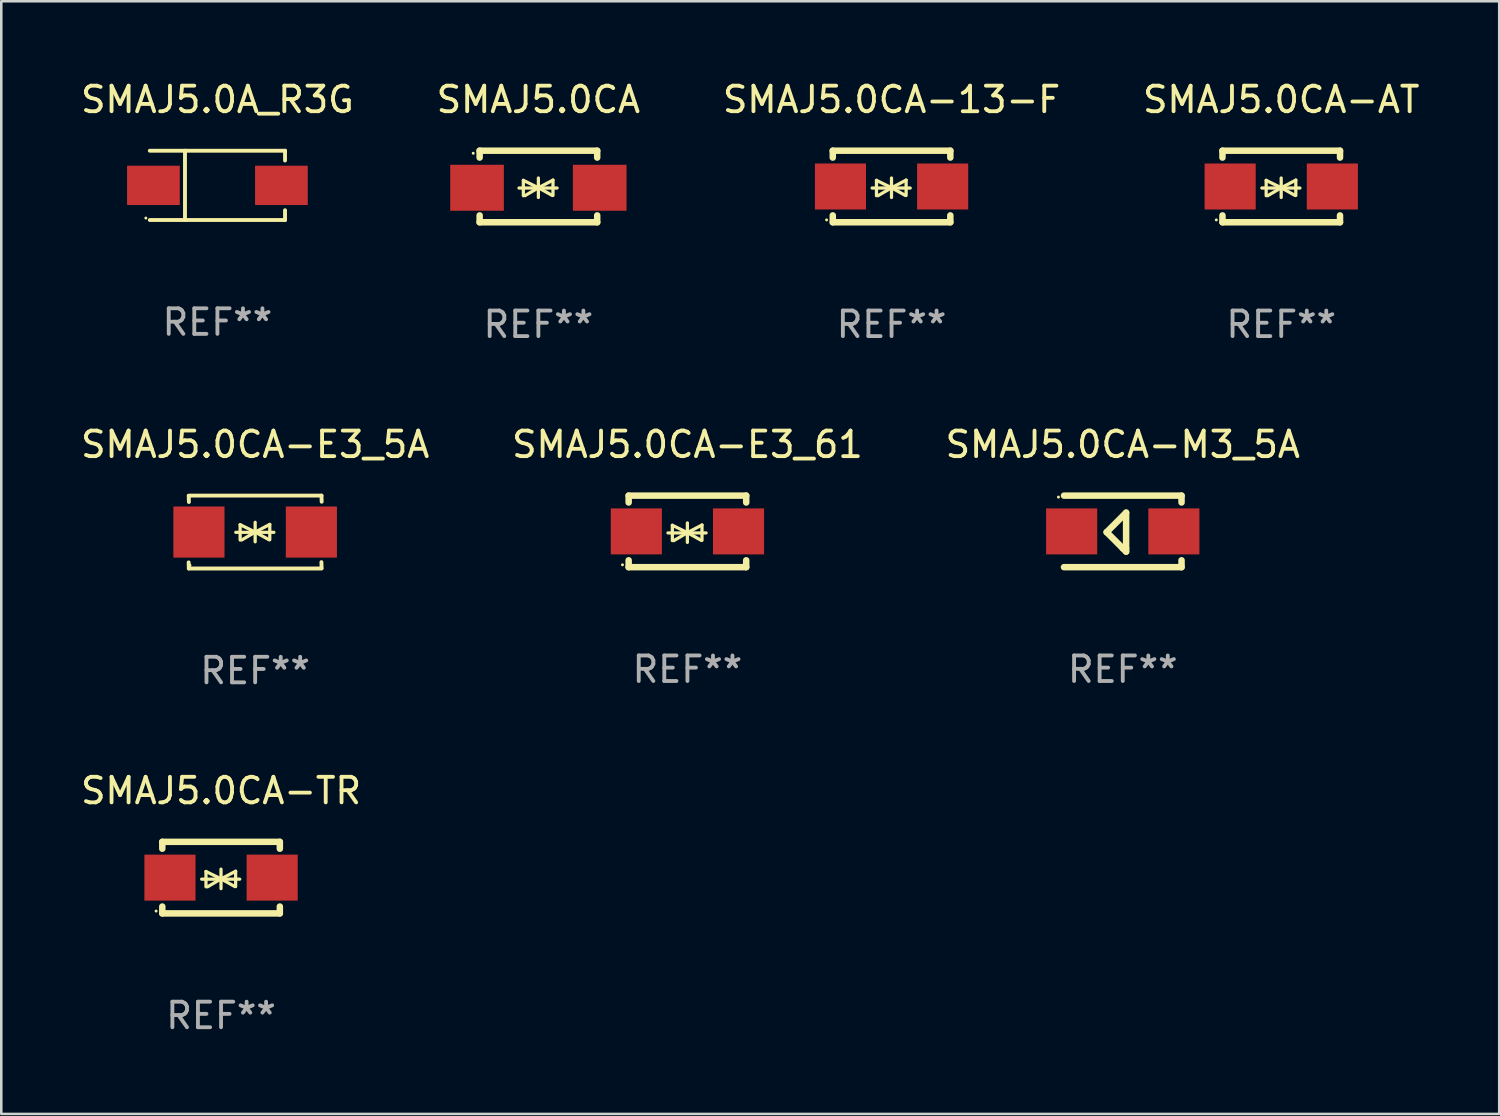
<source format=kicad_pcb>
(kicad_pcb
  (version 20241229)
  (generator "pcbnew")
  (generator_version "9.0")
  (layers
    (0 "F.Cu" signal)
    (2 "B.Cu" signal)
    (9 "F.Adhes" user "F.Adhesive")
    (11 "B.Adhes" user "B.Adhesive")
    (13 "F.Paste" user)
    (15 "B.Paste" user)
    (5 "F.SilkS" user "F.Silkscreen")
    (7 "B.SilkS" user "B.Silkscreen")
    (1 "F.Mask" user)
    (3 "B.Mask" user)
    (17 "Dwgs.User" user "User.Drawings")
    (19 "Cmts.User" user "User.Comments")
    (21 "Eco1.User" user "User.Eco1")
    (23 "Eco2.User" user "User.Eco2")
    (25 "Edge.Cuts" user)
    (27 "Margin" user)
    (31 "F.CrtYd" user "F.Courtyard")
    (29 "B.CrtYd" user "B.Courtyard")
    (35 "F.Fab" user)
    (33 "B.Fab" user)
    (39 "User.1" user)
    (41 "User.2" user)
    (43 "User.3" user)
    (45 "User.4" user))
  (footprint "SMAJ5.0CA-M3_5A"
    (layer "F.Cu")
    (at 40.887 17.745)
    (property "Reference" "SMAJ5.0CA-M3_5A" (at 0 -3.4 0) (layer "F.SilkS") (effects (font (size 1 1) (thickness 0.15))))
    (attr through_hole)
    (fp_line (start -2.3 -1.4) (end 2.3 -1.4) (stroke (width 0.254) (type solid)) (layer "F.SilkS"))
    (fp_line (start -2.3 1.4) (end 2.3 1.4) (stroke (width 0.254) (type solid)) (layer "F.SilkS"))
    (fp_line (start -0.631 0.03) (end 0.131 -0.732) (stroke (width 0.254) (type solid)) (layer "F.SilkS"))
    (fp_line (start 0.004 0.665) (end -0.631 0.03) (stroke (width 0.254) (type solid)) (layer "F.SilkS"))
    (fp_line (start 0.131 -0.732) (end 0.131 0.665) (stroke (width 0.254) (type solid)) (layer "F.SilkS"))
    (fp_line (start 0.131 0.665) (end 0.131 0.792) (stroke (width 0.254) (type solid)) (layer "F.SilkS"))
    (fp_line (start 0.131 0.792) (end 0.004 0.665) (stroke (width 0.254) (type solid)) (layer "F.SilkS"))
    (fp_line (start 2.3 -1.4) (end 2.3 -1.131) (stroke (width 0.254) (type solid)) (layer "F.SilkS"))
    (fp_line (start 2.3 1.131) (end 2.3 1.4) (stroke (width 0.254) (type solid)) (layer "F.SilkS"))
    (fp_circle (center -2.517 -1.342) (end -2.487 -1.342) (stroke (width 0.06) (type solid)) (fill no) (layer "F.SilkS"))
    (fp_text user "REF**" (at 0 5.4 0) (layer "F.Fab") (effects (font (size 1 1) (thickness 0.15))))
    (pad "1" smd rect (at -2 -0.000127) (size 2 1.8) (layers "F.Cu" "F.Mask" "F.Paste"))
    (pad "2" smd rect (at 2 -0.000127) (size 2 1.8) (layers "F.Cu" "F.Mask" "F.Paste")))
  (footprint "SMAJ5.0CA-E3_5A"
    (layer "F.Cu")
    (at 6.935 17.771)
    (property "Reference" "SMAJ5.0CA-E3_5A" (at 0 -3.426 0) (layer "F.SilkS") (effects (font (size 1 1) (thickness 0.15))))
    (attr through_hole)
    (fp_line (start -2.596 -1.426) (end 2.596 -1.426) (stroke (width 0.152) (type solid)) (layer "F.SilkS"))
    (fp_line (start -2.596 1.426) (end -2.603 1.187) (stroke (width 0.152) (type solid)) (layer "F.SilkS"))
    (fp_line (start -2.596 1.426) (end 2.596 1.426) (stroke (width 0.152) (type solid)) (layer "F.SilkS"))
    (fp_line (start -2.593 -1.176) (end -2.6 -1.415) (stroke (width 0.152) (type solid)) (layer "F.SilkS"))
    (fp_line (start -0.758 0.011) (end 0.732 0.011) (stroke (width 0.127) (type solid)) (layer "F.SilkS"))
    (fp_line (start -0.588 -0.289) (end -0.588 0.311) (stroke (width 0.127) (type solid)) (layer "F.SilkS"))
    (fp_line (start -0.588 -0.289) (end 0 0) (stroke (width 0.127) (type solid)) (layer "F.SilkS"))
    (fp_line (start -0.528 0.311) (end 0 0) (stroke (width 0.127) (type solid)) (layer "F.SilkS"))
    (fp_line (start 0 0) (end 0 -0.381) (stroke (width 0.127) (type solid)) (layer "F.SilkS"))
    (fp_line (start 0 0) (end 0 0.381) (stroke (width 0.127) (type solid)) (layer "F.SilkS"))
    (fp_line (start 0.542 0.301) (end 0 0) (stroke (width 0.127) (type solid)) (layer "F.SilkS"))
    (fp_line (start 0.572 -0.299) (end 0 0) (stroke (width 0.127) (type solid)) (layer "F.SilkS"))
    (fp_line (start 0.572 -0.299) (end 0.572 0.301) (stroke (width 0.127) (type solid)) (layer "F.SilkS"))
    (fp_line (start 2.593 1.176) (end 2.6 1.415) (stroke (width 0.152) (type solid)) (layer "F.SilkS"))
    (fp_line (start 2.596 -1.426) (end 2.603 -1.187) (stroke (width 0.152) (type solid)) (layer "F.SilkS"))
    (fp_circle (center -2.55 1.3) (end -2.52 1.3) (stroke (width 0.06) (type solid)) (fill no) (layer "F.SilkS"))
    (fp_text user "REF**" (at 0 5.426 0) (layer "F.Fab") (effects (font (size 1 1) (thickness 0.15))))
    (pad "1" smd rect (at -2.2 0 180) (size 2 2) (layers "F.Cu" "F.Mask" "F.Paste"))
    (pad "2" smd rect (at 2.2 0 180) (size 2 2) (layers "F.Cu" "F.Mask" "F.Paste")))
  (footprint "SMAJ5.0A_R3G"
    (layer "F.Cu")
    (at 5.458 4.204)
    (property "Reference" "SMAJ5.0A_R3G" (at 0 -3.356 0) (layer "F.SilkS") (effects (font (size 1 1) (thickness 0.15))))
    (attr through_hole)
    (fp_line (start -2.646 -1.356) (end 2.646 -1.356) (stroke (width 0.152) (type solid)) (layer "F.SilkS"))
    (fp_line (start -2.646 1.356) (end 2.646 1.356) (stroke (width 0.152) (type solid)) (layer "F.SilkS"))
    (fp_line (start -1.269 -1.356) (end -1.269 1.356) (stroke (width 0.152) (type solid)) (layer "F.SilkS"))
    (fp_line (start 2.646 -1.356) (end 2.646 -0.973) (stroke (width 0.152) (type solid)) (layer "F.SilkS"))
    (fp_line (start 2.646 1.356) (end 2.646 0.973) (stroke (width 0.152) (type solid)) (layer "F.SilkS"))
    (fp_circle (center -2.8 1.28) (end -2.77 1.28) (stroke (width 0.06) (type solid)) (fill no) (layer "F.SilkS"))
    (fp_text user "REF**" (at 0 5.356 0) (layer "F.Fab") (effects (font (size 1 1) (thickness 0.15))))
    (pad "1" smd rect (at 2.504 0) (size 2.063 1.539) (layers "F.Cu" "F.Mask" "F.Paste"))
    (pad "2" smd rect (at -2.504 0) (size 2.063 1.539) (layers "F.Cu" "F.Mask" "F.Paste")))
  (footprint "SMAJ5.0CA"
    (layer "F.Cu")
    (at 18.018 4.248)
    (property "Reference" "SMAJ5.0CA" (at 0 -3.4 0) (layer "F.SilkS") (effects (font (size 1 1) (thickness 0.15))))
    (attr through_hole)
    (fp_line (start -2.298 -1.4) (end -2.298 -1.131) (stroke (width 0.254) (type solid)) (layer "F.SilkS"))
    (fp_line (start -2.298 -1.4) (end 2.302 -1.4) (stroke (width 0.254) (type solid)) (layer "F.SilkS"))
    (fp_line (start -2.298 1.131) (end -2.298 1.4) (stroke (width 0.254) (type solid)) (layer "F.SilkS"))
    (fp_line (start -2.298 1.4) (end 2.302 1.4) (stroke (width 0.254) (type solid)) (layer "F.SilkS"))
    (fp_line (start -0.758 0.06) (end 0.732 0.06) (stroke (width 0.127) (type solid)) (layer "F.SilkS"))
    (fp_line (start -0.588 -0.24) (end -0.588 0.36) (stroke (width 0.127) (type solid)) (layer "F.SilkS"))
    (fp_line (start -0.588 -0.24) (end 0.000025 0.049) (stroke (width 0.127) (type solid)) (layer "F.SilkS"))
    (fp_line (start -0.528 0.36) (end 0.000025 0.049) (stroke (width 0.127) (type solid)) (layer "F.SilkS"))
    (fp_line (start 0.000025 0.049) (end 0.000025 -0.332) (stroke (width 0.127) (type solid)) (layer "F.SilkS"))
    (fp_line (start 0.000025 0.049) (end 0.000025 0.43) (stroke (width 0.127) (type solid)) (layer "F.SilkS"))
    (fp_line (start 0.542 0.35) (end 0.000025 0.049) (stroke (width 0.127) (type solid)) (layer "F.SilkS"))
    (fp_line (start 0.572 -0.25) (end 0.000025 0.049) (stroke (width 0.127) (type solid)) (layer "F.SilkS"))
    (fp_line (start 0.572 -0.25) (end 0.572 0.35) (stroke (width 0.127) (type solid)) (layer "F.SilkS"))
    (fp_line (start 2.302 -1.4) (end 2.302 -1.131) (stroke (width 0.254) (type solid)) (layer "F.SilkS"))
    (fp_line (start 2.302 1.131) (end 2.302 1.4) (stroke (width 0.254) (type solid)) (layer "F.SilkS"))
    (fp_circle (center -2.549 -1.301) (end -2.519 -1.301) (stroke (width 0.06) (type solid)) (fill no) (layer "F.SilkS"))
    (fp_text user "REF**" (at 0 5.4 0) (layer "F.Fab") (effects (font (size 1 1) (thickness 0.15))))
    (pad "1" smd rect (at -2.4 0.049) (size 2.1 1.8) (layers "F.Cu" "F.Mask" "F.Paste"))
    (pad "2" smd rect (at 2.4 0.049) (size 2.1 1.8) (layers "F.Cu" "F.Mask" "F.Paste")))
  (footprint "SMAJ5.0CA-AT"
    (layer "F.Cu")
    (at 47.089 4.248)
    (property "Reference" "SMAJ5.0CA-AT" (at 0 -3.4 0) (layer "F.SilkS") (effects (font (size 1 1) (thickness 0.15))))
    (attr through_hole)
    (fp_line (start -2.3 -1.4) (end -2.3 -1.131) (stroke (width 0.254) (type solid)) (layer "F.SilkS"))
    (fp_line (start -2.3 -1.4) (end 2.3 -1.4) (stroke (width 0.254) (type solid)) (layer "F.SilkS"))
    (fp_line (start -2.3 1.131) (end -2.3 1.4) (stroke (width 0.254) (type solid)) (layer "F.SilkS"))
    (fp_line (start -2.3 1.4) (end 2.3 1.4) (stroke (width 0.254) (type solid)) (layer "F.SilkS"))
    (fp_line (start -0.76 0.06) (end 0.73 0.06) (stroke (width 0.127) (type solid)) (layer "F.SilkS"))
    (fp_line (start -0.59 -0.24) (end -0.59 0.36) (stroke (width 0.127) (type solid)) (layer "F.SilkS"))
    (fp_line (start -0.59 -0.24) (end -0.002 0.049) (stroke (width 0.127) (type solid)) (layer "F.SilkS"))
    (fp_line (start -0.53 0.36) (end -0.002 0.049) (stroke (width 0.127) (type solid)) (layer "F.SilkS"))
    (fp_line (start -0.002 0.049) (end -0.002 -0.332) (stroke (width 0.127) (type solid)) (layer "F.SilkS"))
    (fp_line (start -0.002 0.049) (end -0.002 0.43) (stroke (width 0.127) (type solid)) (layer "F.SilkS"))
    (fp_line (start 0.54 0.35) (end -0.002 0.049) (stroke (width 0.127) (type solid)) (layer "F.SilkS"))
    (fp_line (start 0.57 -0.25) (end -0.002 0.049) (stroke (width 0.127) (type solid)) (layer "F.SilkS"))
    (fp_line (start 0.57 -0.25) (end 0.57 0.35) (stroke (width 0.127) (type solid)) (layer "F.SilkS"))
    (fp_line (start 2.3 -1.4) (end 2.3 -1.131) (stroke (width 0.254) (type solid)) (layer "F.SilkS"))
    (fp_line (start 2.3 1.131) (end 2.3 1.4) (stroke (width 0.254) (type solid)) (layer "F.SilkS"))
    (fp_circle (center -2.542 1.308) (end -2.512 1.308) (stroke (width 0.06) (type solid)) (fill no) (layer "F.SilkS"))
    (fp_text user "REF**" (at 0 5.4 0) (layer "F.Fab") (effects (font (size 1 1) (thickness 0.15))))
    (pad "1" smd rect (at -2 0) (size 2 1.8) (layers "F.Cu" "F.Mask" "F.Paste"))
    (pad "2" smd rect (at 2 0) (size 2 1.8) (layers "F.Cu" "F.Mask" "F.Paste")))
  (footprint "SMAJ5.0CA-E3_61"
    (layer "F.Cu")
    (at 23.851 17.745)
    (property "Reference" "SMAJ5.0CA-E3_61" (at 0 -3.4 0) (layer "F.SilkS") (effects (font (size 1 1) (thickness 0.15))))
    (attr through_hole)
    (fp_line (start -2.3 -1.4) (end -2.3 -1.131) (stroke (width 0.254) (type solid)) (layer "F.SilkS"))
    (fp_line (start -2.3 -1.4) (end 2.3 -1.4) (stroke (width 0.254) (type solid)) (layer "F.SilkS"))
    (fp_line (start -2.3 1.131) (end -2.3 1.4) (stroke (width 0.254) (type solid)) (layer "F.SilkS"))
    (fp_line (start -2.3 1.4) (end 2.3 1.4) (stroke (width 0.254) (type solid)) (layer "F.SilkS"))
    (fp_line (start -0.76 0.06) (end 0.73 0.06) (stroke (width 0.127) (type solid)) (layer "F.SilkS"))
    (fp_line (start -0.59 -0.24) (end -0.59 0.36) (stroke (width 0.127) (type solid)) (layer "F.SilkS"))
    (fp_line (start -0.59 -0.24) (end -0.002 0.049) (stroke (width 0.127) (type solid)) (layer "F.SilkS"))
    (fp_line (start -0.53 0.36) (end -0.002 0.049) (stroke (width 0.127) (type solid)) (layer "F.SilkS"))
    (fp_line (start -0.002 0.049) (end -0.002 -0.332) (stroke (width 0.127) (type solid)) (layer "F.SilkS"))
    (fp_line (start -0.002 0.049) (end -0.002 0.43) (stroke (width 0.127) (type solid)) (layer "F.SilkS"))
    (fp_line (start 0.54 0.35) (end -0.002 0.049) (stroke (width 0.127) (type solid)) (layer "F.SilkS"))
    (fp_line (start 0.57 -0.25) (end -0.002 0.049) (stroke (width 0.127) (type solid)) (layer "F.SilkS"))
    (fp_line (start 0.57 -0.25) (end 0.57 0.35) (stroke (width 0.127) (type solid)) (layer "F.SilkS"))
    (fp_line (start 2.3 -1.4) (end 2.3 -1.131) (stroke (width 0.254) (type solid)) (layer "F.SilkS"))
    (fp_line (start 2.3 1.131) (end 2.3 1.4) (stroke (width 0.254) (type solid)) (layer "F.SilkS"))
    (fp_circle (center -2.542 1.308) (end -2.512 1.308) (stroke (width 0.06) (type solid)) (fill no) (layer "F.SilkS"))
    (fp_text user "REF**" (at 0 5.4 0) (layer "F.Fab") (effects (font (size 1 1) (thickness 0.15))))
    (pad "1" smd rect (at -2 0) (size 2 1.8) (layers "F.Cu" "F.Mask" "F.Paste"))
    (pad "2" smd rect (at 2 0) (size 2 1.8) (layers "F.Cu" "F.Mask" "F.Paste")))
  (footprint "SMAJ5.0CA-13-F"
    (layer "F.Cu")
    (at 31.839 4.248)
    (property "Reference" "SMAJ5.0CA-13-F" (at 0 -3.4 0) (layer "F.SilkS") (effects (font (size 1 1) (thickness 0.15))))
    (attr through_hole)
    (fp_line (start -2.3 -1.4) (end -2.3 -1.131) (stroke (width 0.254) (type solid)) (layer "F.SilkS"))
    (fp_line (start -2.3 -1.4) (end 2.3 -1.4) (stroke (width 0.254) (type solid)) (layer "F.SilkS"))
    (fp_line (start -2.3 1.131) (end -2.3 1.4) (stroke (width 0.254) (type solid)) (layer "F.SilkS"))
    (fp_line (start -2.3 1.4) (end 2.3 1.4) (stroke (width 0.254) (type solid)) (layer "F.SilkS"))
    (fp_line (start -0.76 0.06) (end 0.73 0.06) (stroke (width 0.127) (type solid)) (layer "F.SilkS"))
    (fp_line (start -0.59 -0.24) (end -0.59 0.36) (stroke (width 0.127) (type solid)) (layer "F.SilkS"))
    (fp_line (start -0.59 -0.24) (end -0.002 0.049) (stroke (width 0.127) (type solid)) (layer "F.SilkS"))
    (fp_line (start -0.53 0.36) (end -0.002 0.049) (stroke (width 0.127) (type solid)) (layer "F.SilkS"))
    (fp_line (start -0.002 0.049) (end -0.002 -0.332) (stroke (width 0.127) (type solid)) (layer "F.SilkS"))
    (fp_line (start -0.002 0.049) (end -0.002 0.43) (stroke (width 0.127) (type solid)) (layer "F.SilkS"))
    (fp_line (start 0.54 0.35) (end -0.002 0.049) (stroke (width 0.127) (type solid)) (layer "F.SilkS"))
    (fp_line (start 0.57 -0.25) (end -0.002 0.049) (stroke (width 0.127) (type solid)) (layer "F.SilkS"))
    (fp_line (start 0.57 -0.25) (end 0.57 0.35) (stroke (width 0.127) (type solid)) (layer "F.SilkS"))
    (fp_line (start 2.3 -1.4) (end 2.3 -1.131) (stroke (width 0.254) (type solid)) (layer "F.SilkS"))
    (fp_line (start 2.3 1.131) (end 2.3 1.4) (stroke (width 0.254) (type solid)) (layer "F.SilkS"))
    (fp_circle (center -2.542 1.308) (end -2.512 1.308) (stroke (width 0.06) (type solid)) (fill no) (layer "F.SilkS"))
    (fp_text user "REF**" (at 0 5.4 0) (layer "F.Fab") (effects (font (size 1 1) (thickness 0.15))))
    (pad "1" smd rect (at -2 0) (size 2 1.8) (layers "F.Cu" "F.Mask" "F.Paste"))
    (pad "2" smd rect (at 2 0) (size 2 1.8) (layers "F.Cu" "F.Mask" "F.Paste")))
  (footprint "SMAJ5.0CA-TR"
    (layer "F.Cu")
    (at 5.601 31.294)
    (property "Reference" "SMAJ5.0CA-TR" (at 0 -3.4 0) (layer "F.SilkS") (effects (font (size 1 1) (thickness 0.15))))
    (attr through_hole)
    (fp_line (start -2.3 -1.4) (end -2.3 -1.131) (stroke (width 0.254) (type solid)) (layer "F.SilkS"))
    (fp_line (start -2.3 -1.4) (end 2.3 -1.4) (stroke (width 0.254) (type solid)) (layer "F.SilkS"))
    (fp_line (start -2.3 1.131) (end -2.3 1.4) (stroke (width 0.254) (type solid)) (layer "F.SilkS"))
    (fp_line (start -2.3 1.4) (end 2.3 1.4) (stroke (width 0.254) (type solid)) (layer "F.SilkS"))
    (fp_line (start -0.76 0.06) (end 0.73 0.06) (stroke (width 0.127) (type solid)) (layer "F.SilkS"))
    (fp_line (start -0.59 -0.24) (end -0.59 0.36) (stroke (width 0.127) (type solid)) (layer "F.SilkS"))
    (fp_line (start -0.59 -0.24) (end -0.002 0.049) (stroke (width 0.127) (type solid)) (layer "F.SilkS"))
    (fp_line (start -0.53 0.36) (end -0.002 0.049) (stroke (width 0.127) (type solid)) (layer "F.SilkS"))
    (fp_line (start -0.002 0.049) (end -0.002 -0.332) (stroke (width 0.127) (type solid)) (layer "F.SilkS"))
    (fp_line (start -0.002 0.049) (end -0.002 0.43) (stroke (width 0.127) (type solid)) (layer "F.SilkS"))
    (fp_line (start 0.54 0.35) (end -0.002 0.049) (stroke (width 0.127) (type solid)) (layer "F.SilkS"))
    (fp_line (start 0.57 -0.25) (end -0.002 0.049) (stroke (width 0.127) (type solid)) (layer "F.SilkS"))
    (fp_line (start 0.57 -0.25) (end 0.57 0.35) (stroke (width 0.127) (type solid)) (layer "F.SilkS"))
    (fp_line (start 2.3 -1.4) (end 2.3 -1.131) (stroke (width 0.254) (type solid)) (layer "F.SilkS"))
    (fp_line (start 2.3 1.131) (end 2.3 1.4) (stroke (width 0.254) (type solid)) (layer "F.SilkS"))
    (fp_circle (center -2.542 1.308) (end -2.512 1.308) (stroke (width 0.06) (type solid)) (fill no) (layer "F.SilkS"))
    (fp_text user "REF**" (at 0 5.4 0) (layer "F.Fab") (effects (font (size 1 1) (thickness 0.15))))
    (pad "1" smd rect (at -2 0) (size 2 1.8) (layers "F.Cu" "F.Mask" "F.Paste"))
    (pad "2" smd rect (at 2 0) (size 2 1.8) (layers "F.Cu" "F.Mask" "F.Paste")))
  (gr_rect
    (start -3 -3)
    (end 55.619 40.542)
    (stroke (width 0.1) (type default))
    (fill no)
    (layer "Edge.Cuts")))
</source>
